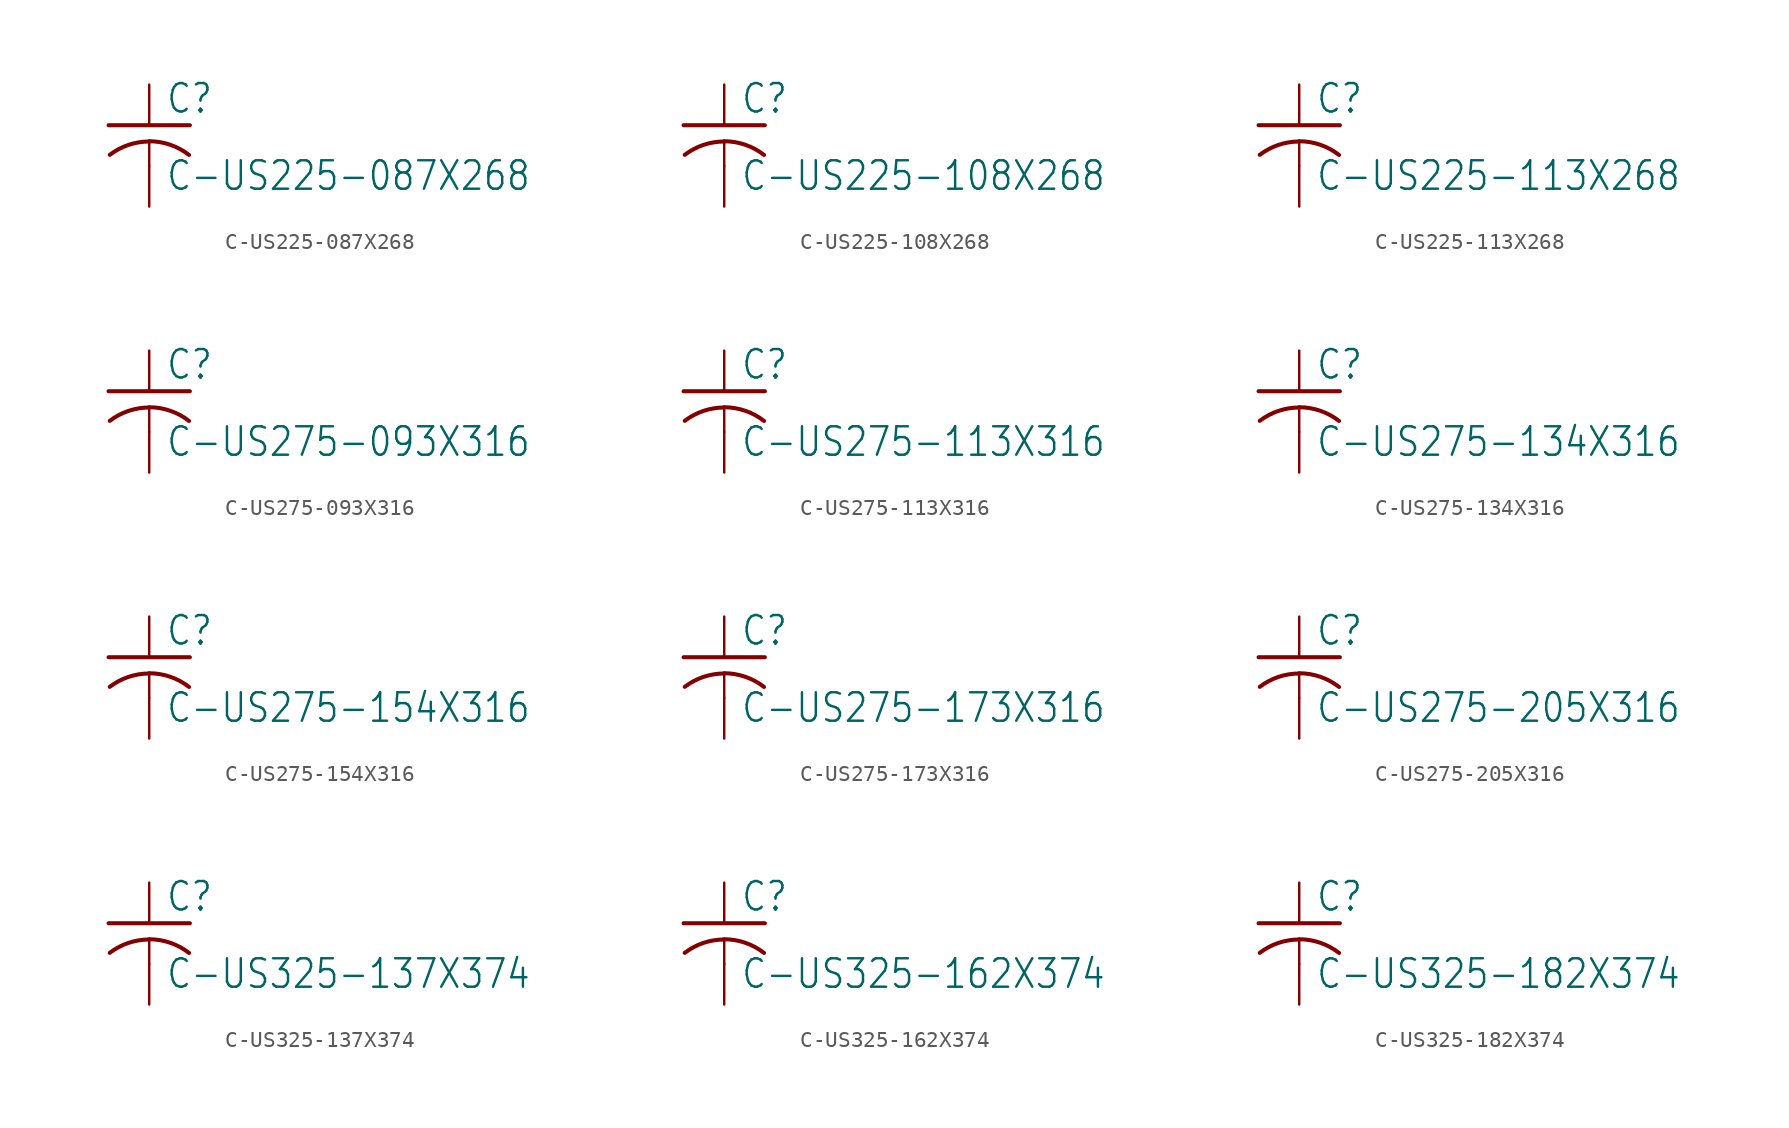
<source format=kicad_sym>
(kicad_symbol_lib
  (version 20211014)
  (generator kicad_symbol_editor)
  (symbol "C-US225-087X268"
    (property "Reference" "C"
      (at 1.016 0.635 0)
      (effects (font (size 1.778 1.511)) (justify left bottom)))
    (property "Value" "C-US225-087X268"
      (at 1.016 -4.191 0)
      (effects (font (size 1.778 1.511)) (justify left bottom)))
    (property "ki_locked" ""
      (at 0 0 0)
      (effects (font (size 1.27 1.27))))
    (symbol "C-US225-087X268_1_0"
      (arc (start 0 -1.0161) (mid -1.302 -1.2303) (end -2.4668 -1.8504) (stroke (width 0.254) (type default) (color 0 0 0 0)) (fill (type none)))
      (polyline (pts (xy -2.54 0) (xy 2.54 0)) (stroke (width 0.254) (type default) (color 0 0 0 0)) (fill (type none)))
      (polyline (pts (xy 0 -1.016) (xy 0 -2.54)) (stroke (width 0.152) (type default) (color 0 0 0 0)) (fill (type none)))
      (polyline (pts (xy 0 -1.016) (xy 0 -1.016)) (stroke (width 0.152) (type default) (color 0 0 0 0)) (fill (type none)))
      (arc (start 2.4892 -1.8542) (mid 1.3158 -1.2195) (end 0 -1) (stroke (width 0.254) (type default) (color 0 0 0 0)) (fill (type none)))
      (pin passive line (at 0 2.54 270) (length 2.54) (name "1" (effects (font (size 0 0)))) (number "1" (effects (font (size 0 0)))))
      (pin passive line (at 0 -5.08 90) (length 2.54) (name "2" (effects (font (size 0 0)))) (number "2" (effects (font (size 0 0)))))))
  (symbol "C-US225-108X268"
    (property "Reference" "C"
      (at 1.016 0.635 0)
      (effects (font (size 1.778 1.511)) (justify left bottom)))
    (property "Value" "C-US225-108X268"
      (at 1.016 -4.191 0)
      (effects (font (size 1.778 1.511)) (justify left bottom)))
    (property "ki_locked" ""
      (at 0 0 0)
      (effects (font (size 1.27 1.27))))
    (symbol "C-US225-108X268_1_0"
      (arc (start 0 -1.0161) (mid -1.302 -1.2303) (end -2.4668 -1.8504) (stroke (width 0.254) (type default) (color 0 0 0 0)) (fill (type none)))
      (polyline (pts (xy -2.54 0) (xy 2.54 0)) (stroke (width 0.254) (type default) (color 0 0 0 0)) (fill (type none)))
      (polyline (pts (xy 0 -1.016) (xy 0 -2.54)) (stroke (width 0.152) (type default) (color 0 0 0 0)) (fill (type none)))
      (polyline (pts (xy 0 -1.016) (xy 0 -1.016)) (stroke (width 0.152) (type default) (color 0 0 0 0)) (fill (type none)))
      (arc (start 2.4892 -1.8542) (mid 1.3158 -1.2195) (end 0 -1) (stroke (width 0.254) (type default) (color 0 0 0 0)) (fill (type none)))
      (pin passive line (at 0 2.54 270) (length 2.54) (name "1" (effects (font (size 0 0)))) (number "1" (effects (font (size 0 0)))))
      (pin passive line (at 0 -5.08 90) (length 2.54) (name "2" (effects (font (size 0 0)))) (number "2" (effects (font (size 0 0)))))))
  (symbol "C-US225-113X268"
    (property "Reference" "C"
      (at 1.016 0.635 0)
      (effects (font (size 1.778 1.511)) (justify left bottom)))
    (property "Value" "C-US225-113X268"
      (at 1.016 -4.191 0)
      (effects (font (size 1.778 1.511)) (justify left bottom)))
    (property "ki_locked" ""
      (at 0 0 0)
      (effects (font (size 1.27 1.27))))
    (symbol "C-US225-113X268_1_0"
      (arc (start 0 -1.0161) (mid -1.302 -1.2303) (end -2.4668 -1.8504) (stroke (width 0.254) (type default) (color 0 0 0 0)) (fill (type none)))
      (polyline (pts (xy -2.54 0) (xy 2.54 0)) (stroke (width 0.254) (type default) (color 0 0 0 0)) (fill (type none)))
      (polyline (pts (xy 0 -1.016) (xy 0 -2.54)) (stroke (width 0.152) (type default) (color 0 0 0 0)) (fill (type none)))
      (polyline (pts (xy 0 -1.016) (xy 0 -1.016)) (stroke (width 0.152) (type default) (color 0 0 0 0)) (fill (type none)))
      (arc (start 2.4892 -1.8542) (mid 1.3158 -1.2195) (end 0 -1) (stroke (width 0.254) (type default) (color 0 0 0 0)) (fill (type none)))
      (pin passive line (at 0 2.54 270) (length 2.54) (name "1" (effects (font (size 0 0)))) (number "1" (effects (font (size 0 0)))))
      (pin passive line (at 0 -5.08 90) (length 2.54) (name "2" (effects (font (size 0 0)))) (number "2" (effects (font (size 0 0)))))))
  (symbol "C-US275-093X316"
    (property "Reference" "C"
      (at 1.016 0.635 0)
      (effects (font (size 1.778 1.511)) (justify left bottom)))
    (property "Value" "C-US275-093X316"
      (at 1.016 -4.191 0)
      (effects (font (size 1.778 1.511)) (justify left bottom)))
    (property "ki_locked" ""
      (at 0 0 0)
      (effects (font (size 1.27 1.27))))
    (symbol "C-US275-093X316_1_0"
      (arc (start 0 -1.0161) (mid -1.302 -1.2303) (end -2.4668 -1.8504) (stroke (width 0.254) (type default) (color 0 0 0 0)) (fill (type none)))
      (polyline (pts (xy -2.54 0) (xy 2.54 0)) (stroke (width 0.254) (type default) (color 0 0 0 0)) (fill (type none)))
      (polyline (pts (xy 0 -1.016) (xy 0 -2.54)) (stroke (width 0.152) (type default) (color 0 0 0 0)) (fill (type none)))
      (polyline (pts (xy 0 -1.016) (xy 0 -1.016)) (stroke (width 0.152) (type default) (color 0 0 0 0)) (fill (type none)))
      (arc (start 2.4892 -1.8542) (mid 1.3158 -1.2195) (end 0 -1) (stroke (width 0.254) (type default) (color 0 0 0 0)) (fill (type none)))
      (pin passive line (at 0 2.54 270) (length 2.54) (name "1" (effects (font (size 0 0)))) (number "1" (effects (font (size 0 0)))))
      (pin passive line (at 0 -5.08 90) (length 2.54) (name "2" (effects (font (size 0 0)))) (number "2" (effects (font (size 0 0)))))))
  (symbol "C-US275-113X316"
    (property "Reference" "C"
      (at 1.016 0.635 0)
      (effects (font (size 1.778 1.511)) (justify left bottom)))
    (property "Value" "C-US275-113X316"
      (at 1.016 -4.191 0)
      (effects (font (size 1.778 1.511)) (justify left bottom)))
    (property "ki_locked" ""
      (at 0 0 0)
      (effects (font (size 1.27 1.27))))
    (symbol "C-US275-113X316_1_0"
      (arc (start 0 -1.0161) (mid -1.302 -1.2303) (end -2.4668 -1.8504) (stroke (width 0.254) (type default) (color 0 0 0 0)) (fill (type none)))
      (polyline (pts (xy -2.54 0) (xy 2.54 0)) (stroke (width 0.254) (type default) (color 0 0 0 0)) (fill (type none)))
      (polyline (pts (xy 0 -1.016) (xy 0 -2.54)) (stroke (width 0.152) (type default) (color 0 0 0 0)) (fill (type none)))
      (polyline (pts (xy 0 -1.016) (xy 0 -1.016)) (stroke (width 0.152) (type default) (color 0 0 0 0)) (fill (type none)))
      (arc (start 2.4892 -1.8542) (mid 1.3158 -1.2195) (end 0 -1) (stroke (width 0.254) (type default) (color 0 0 0 0)) (fill (type none)))
      (pin passive line (at 0 2.54 270) (length 2.54) (name "1" (effects (font (size 0 0)))) (number "1" (effects (font (size 0 0)))))
      (pin passive line (at 0 -5.08 90) (length 2.54) (name "2" (effects (font (size 0 0)))) (number "2" (effects (font (size 0 0)))))))
  (symbol "C-US275-134X316"
    (property "Reference" "C"
      (at 1.016 0.635 0)
      (effects (font (size 1.778 1.511)) (justify left bottom)))
    (property "Value" "C-US275-134X316"
      (at 1.016 -4.191 0)
      (effects (font (size 1.778 1.511)) (justify left bottom)))
    (property "ki_locked" ""
      (at 0 0 0)
      (effects (font (size 1.27 1.27))))
    (symbol "C-US275-134X316_1_0"
      (arc (start 0 -1.0161) (mid -1.302 -1.2303) (end -2.4668 -1.8504) (stroke (width 0.254) (type default) (color 0 0 0 0)) (fill (type none)))
      (polyline (pts (xy -2.54 0) (xy 2.54 0)) (stroke (width 0.254) (type default) (color 0 0 0 0)) (fill (type none)))
      (polyline (pts (xy 0 -1.016) (xy 0 -2.54)) (stroke (width 0.152) (type default) (color 0 0 0 0)) (fill (type none)))
      (polyline (pts (xy 0 -1.016) (xy 0 -1.016)) (stroke (width 0.152) (type default) (color 0 0 0 0)) (fill (type none)))
      (arc (start 2.4892 -1.8542) (mid 1.3158 -1.2195) (end 0 -1) (stroke (width 0.254) (type default) (color 0 0 0 0)) (fill (type none)))
      (pin passive line (at 0 2.54 270) (length 2.54) (name "1" (effects (font (size 0 0)))) (number "1" (effects (font (size 0 0)))))
      (pin passive line (at 0 -5.08 90) (length 2.54) (name "2" (effects (font (size 0 0)))) (number "2" (effects (font (size 0 0)))))))
  (symbol "C-US275-154X316"
    (property "Reference" "C"
      (at 1.016 0.635 0)
      (effects (font (size 1.778 1.511)) (justify left bottom)))
    (property "Value" "C-US275-154X316"
      (at 1.016 -4.191 0)
      (effects (font (size 1.778 1.511)) (justify left bottom)))
    (property "ki_locked" ""
      (at 0 0 0)
      (effects (font (size 1.27 1.27))))
    (symbol "C-US275-154X316_1_0"
      (arc (start 0 -1.0161) (mid -1.302 -1.2303) (end -2.4668 -1.8504) (stroke (width 0.254) (type default) (color 0 0 0 0)) (fill (type none)))
      (polyline (pts (xy -2.54 0) (xy 2.54 0)) (stroke (width 0.254) (type default) (color 0 0 0 0)) (fill (type none)))
      (polyline (pts (xy 0 -1.016) (xy 0 -2.54)) (stroke (width 0.152) (type default) (color 0 0 0 0)) (fill (type none)))
      (polyline (pts (xy 0 -1.016) (xy 0 -1.016)) (stroke (width 0.152) (type default) (color 0 0 0 0)) (fill (type none)))
      (arc (start 2.4892 -1.8542) (mid 1.3158 -1.2195) (end 0 -1) (stroke (width 0.254) (type default) (color 0 0 0 0)) (fill (type none)))
      (pin passive line (at 0 2.54 270) (length 2.54) (name "1" (effects (font (size 0 0)))) (number "1" (effects (font (size 0 0)))))
      (pin passive line (at 0 -5.08 90) (length 2.54) (name "2" (effects (font (size 0 0)))) (number "2" (effects (font (size 0 0)))))))
  (symbol "C-US275-173X316"
    (property "Reference" "C"
      (at 1.016 0.635 0)
      (effects (font (size 1.778 1.511)) (justify left bottom)))
    (property "Value" "C-US275-173X316"
      (at 1.016 -4.191 0)
      (effects (font (size 1.778 1.511)) (justify left bottom)))
    (property "ki_locked" ""
      (at 0 0 0)
      (effects (font (size 1.27 1.27))))
    (symbol "C-US275-173X316_1_0"
      (arc (start 0 -1.0161) (mid -1.302 -1.2303) (end -2.4668 -1.8504) (stroke (width 0.254) (type default) (color 0 0 0 0)) (fill (type none)))
      (polyline (pts (xy -2.54 0) (xy 2.54 0)) (stroke (width 0.254) (type default) (color 0 0 0 0)) (fill (type none)))
      (polyline (pts (xy 0 -1.016) (xy 0 -2.54)) (stroke (width 0.152) (type default) (color 0 0 0 0)) (fill (type none)))
      (polyline (pts (xy 0 -1.016) (xy 0 -1.016)) (stroke (width 0.152) (type default) (color 0 0 0 0)) (fill (type none)))
      (arc (start 2.4892 -1.8542) (mid 1.3158 -1.2195) (end 0 -1) (stroke (width 0.254) (type default) (color 0 0 0 0)) (fill (type none)))
      (pin passive line (at 0 2.54 270) (length 2.54) (name "1" (effects (font (size 0 0)))) (number "1" (effects (font (size 0 0)))))
      (pin passive line (at 0 -5.08 90) (length 2.54) (name "2" (effects (font (size 0 0)))) (number "2" (effects (font (size 0 0)))))))
  (symbol "C-US275-205X316"
    (property "Reference" "C"
      (at 1.016 0.635 0)
      (effects (font (size 1.778 1.511)) (justify left bottom)))
    (property "Value" "C-US275-205X316"
      (at 1.016 -4.191 0)
      (effects (font (size 1.778 1.511)) (justify left bottom)))
    (property "ki_locked" ""
      (at 0 0 0)
      (effects (font (size 1.27 1.27))))
    (symbol "C-US275-205X316_1_0"
      (arc (start 0 -1.0161) (mid -1.302 -1.2303) (end -2.4668 -1.8504) (stroke (width 0.254) (type default) (color 0 0 0 0)) (fill (type none)))
      (polyline (pts (xy -2.54 0) (xy 2.54 0)) (stroke (width 0.254) (type default) (color 0 0 0 0)) (fill (type none)))
      (polyline (pts (xy 0 -1.016) (xy 0 -2.54)) (stroke (width 0.152) (type default) (color 0 0 0 0)) (fill (type none)))
      (polyline (pts (xy 0 -1.016) (xy 0 -1.016)) (stroke (width 0.152) (type default) (color 0 0 0 0)) (fill (type none)))
      (arc (start 2.4892 -1.8542) (mid 1.3158 -1.2195) (end 0 -1) (stroke (width 0.254) (type default) (color 0 0 0 0)) (fill (type none)))
      (pin passive line (at 0 2.54 270) (length 2.54) (name "1" (effects (font (size 0 0)))) (number "1" (effects (font (size 0 0)))))
      (pin passive line (at 0 -5.08 90) (length 2.54) (name "2" (effects (font (size 0 0)))) (number "2" (effects (font (size 0 0)))))))
  (symbol "C-US325-137X374"
    (property "Reference" "C"
      (at 1.016 0.635 0)
      (effects (font (size 1.778 1.511)) (justify left bottom)))
    (property "Value" "C-US325-137X374"
      (at 1.016 -4.191 0)
      (effects (font (size 1.778 1.511)) (justify left bottom)))
    (property "ki_locked" ""
      (at 0 0 0)
      (effects (font (size 1.27 1.27))))
    (symbol "C-US325-137X374_1_0"
      (arc (start 0 -1.0161) (mid -1.302 -1.2303) (end -2.4668 -1.8504) (stroke (width 0.254) (type default) (color 0 0 0 0)) (fill (type none)))
      (polyline (pts (xy -2.54 0) (xy 2.54 0)) (stroke (width 0.254) (type default) (color 0 0 0 0)) (fill (type none)))
      (polyline (pts (xy 0 -1.016) (xy 0 -2.54)) (stroke (width 0.152) (type default) (color 0 0 0 0)) (fill (type none)))
      (polyline (pts (xy 0 -1.016) (xy 0 -1.016)) (stroke (width 0.152) (type default) (color 0 0 0 0)) (fill (type none)))
      (arc (start 2.4892 -1.8542) (mid 1.3158 -1.2195) (end 0 -1) (stroke (width 0.254) (type default) (color 0 0 0 0)) (fill (type none)))
      (pin passive line (at 0 2.54 270) (length 2.54) (name "1" (effects (font (size 0 0)))) (number "1" (effects (font (size 0 0)))))
      (pin passive line (at 0 -5.08 90) (length 2.54) (name "2" (effects (font (size 0 0)))) (number "2" (effects (font (size 0 0)))))))
  (symbol "C-US325-162X374"
    (property "Reference" "C"
      (at 1.016 0.635 0)
      (effects (font (size 1.778 1.511)) (justify left bottom)))
    (property "Value" "C-US325-162X374"
      (at 1.016 -4.191 0)
      (effects (font (size 1.778 1.511)) (justify left bottom)))
    (property "ki_locked" ""
      (at 0 0 0)
      (effects (font (size 1.27 1.27))))
    (symbol "C-US325-162X374_1_0"
      (arc (start 0 -1.0161) (mid -1.302 -1.2303) (end -2.4668 -1.8504) (stroke (width 0.254) (type default) (color 0 0 0 0)) (fill (type none)))
      (polyline (pts (xy -2.54 0) (xy 2.54 0)) (stroke (width 0.254) (type default) (color 0 0 0 0)) (fill (type none)))
      (polyline (pts (xy 0 -1.016) (xy 0 -2.54)) (stroke (width 0.152) (type default) (color 0 0 0 0)) (fill (type none)))
      (polyline (pts (xy 0 -1.016) (xy 0 -1.016)) (stroke (width 0.152) (type default) (color 0 0 0 0)) (fill (type none)))
      (arc (start 2.4892 -1.8542) (mid 1.3158 -1.2195) (end 0 -1) (stroke (width 0.254) (type default) (color 0 0 0 0)) (fill (type none)))
      (pin passive line (at 0 2.54 270) (length 2.54) (name "1" (effects (font (size 0 0)))) (number "1" (effects (font (size 0 0)))))
      (pin passive line (at 0 -5.08 90) (length 2.54) (name "2" (effects (font (size 0 0)))) (number "2" (effects (font (size 0 0)))))))
  (symbol "C-US325-182X374"
    (property "Reference" "C"
      (at 1.016 0.635 0)
      (effects (font (size 1.778 1.511)) (justify left bottom)))
    (property "Value" "C-US325-182X374"
      (at 1.016 -4.191 0)
      (effects (font (size 1.778 1.511)) (justify left bottom)))
    (property "ki_locked" ""
      (at 0 0 0)
      (effects (font (size 1.27 1.27))))
    (symbol "C-US325-182X374_1_0"
      (arc (start 0 -1.0161) (mid -1.302 -1.2303) (end -2.4668 -1.8504) (stroke (width 0.254) (type default) (color 0 0 0 0)) (fill (type none)))
      (polyline (pts (xy -2.54 0) (xy 2.54 0)) (stroke (width 0.254) (type default) (color 0 0 0 0)) (fill (type none)))
      (polyline (pts (xy 0 -1.016) (xy 0 -2.54)) (stroke (width 0.152) (type default) (color 0 0 0 0)) (fill (type none)))
      (polyline (pts (xy 0 -1.016) (xy 0 -1.016)) (stroke (width 0.152) (type default) (color 0 0 0 0)) (fill (type none)))
      (arc (start 2.4892 -1.8542) (mid 1.3158 -1.2195) (end 0 -1) (stroke (width 0.254) (type default) (color 0 0 0 0)) (fill (type none)))
      (pin passive line (at 0 2.54 270) (length 2.54) (name "1" (effects (font (size 0 0)))) (number "1" (effects (font (size 0 0)))))
      (pin passive line (at 0 -5.08 90) (length 2.54) (name "2" (effects (font (size 0 0)))) (number "2" (effects (font (size 0 0))))))))
</source>
